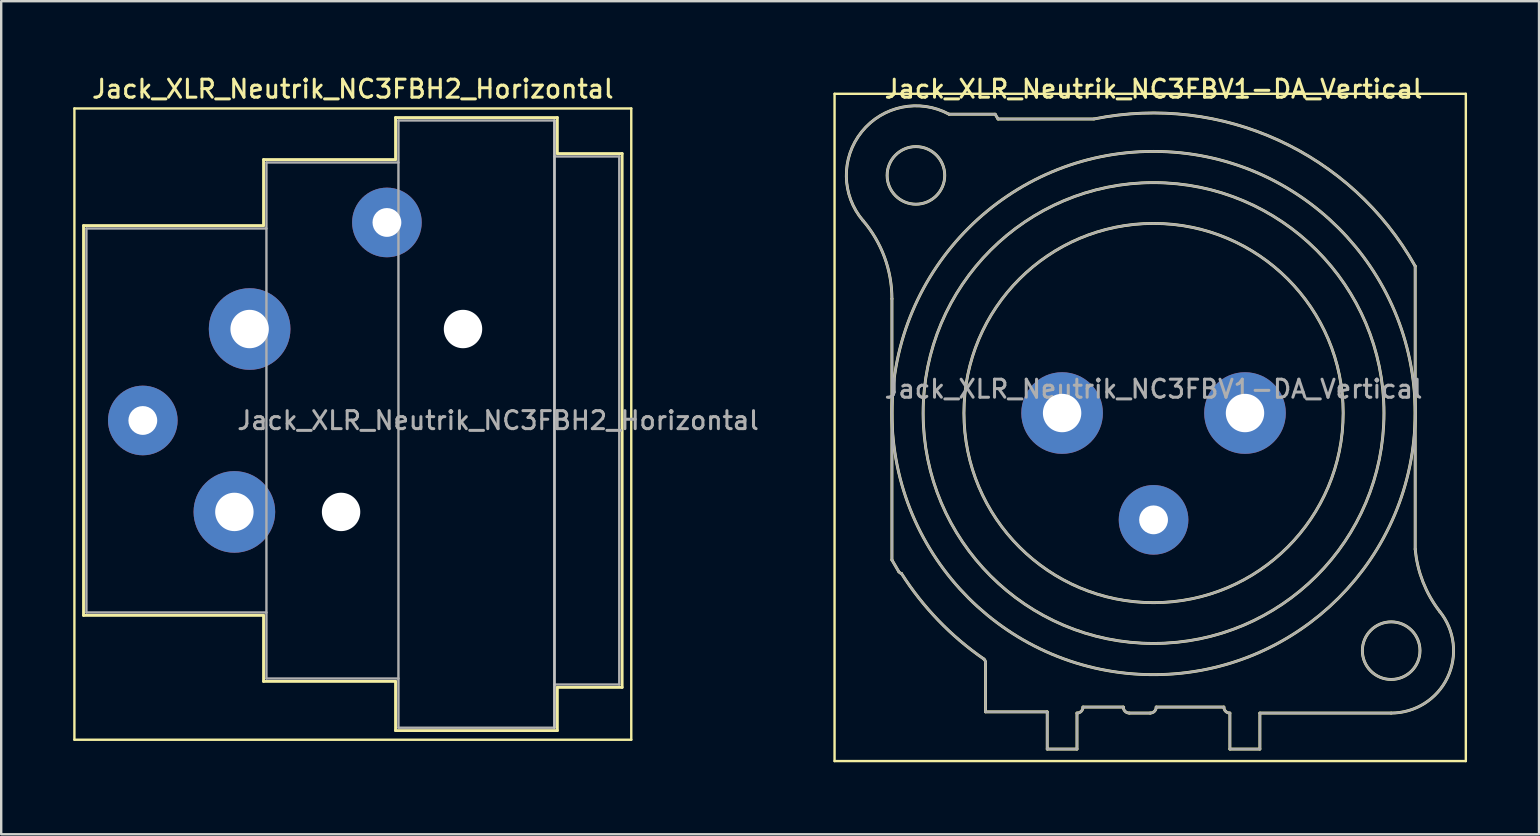
<source format=kicad_pcb>
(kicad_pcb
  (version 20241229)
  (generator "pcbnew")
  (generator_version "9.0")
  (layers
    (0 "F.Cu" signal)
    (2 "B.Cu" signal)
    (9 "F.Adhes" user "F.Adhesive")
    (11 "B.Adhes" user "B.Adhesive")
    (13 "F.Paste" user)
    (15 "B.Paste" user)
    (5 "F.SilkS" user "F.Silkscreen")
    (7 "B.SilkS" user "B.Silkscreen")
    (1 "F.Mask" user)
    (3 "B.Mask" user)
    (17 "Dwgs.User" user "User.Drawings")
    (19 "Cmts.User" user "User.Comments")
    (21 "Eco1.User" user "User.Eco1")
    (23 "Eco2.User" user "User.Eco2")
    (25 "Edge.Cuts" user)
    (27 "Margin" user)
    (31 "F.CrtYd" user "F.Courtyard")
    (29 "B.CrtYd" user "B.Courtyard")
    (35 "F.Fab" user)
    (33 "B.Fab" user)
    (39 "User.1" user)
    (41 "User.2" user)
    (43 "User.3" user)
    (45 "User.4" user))
  (footprint "Jack_XLR_Neutrik_NC3FBH2_Horizontal"
    (layer "F.Cu")
    (at 7.35 10.658)
    (property "Reference" "Jack_XLR_Neutrik_NC3FBH2_Horizontal" (at 4.3 -10 0) (layer "F.SilkS") (effects (font (size 0.75 0.75) (thickness 0.125))))
    (attr through_hole)
    (fp_line (start -7.3 -9.19) (end -7.3 17.11) (stroke (width 0.1) (type solid)) (layer "F.SilkS"))
    (fp_line (start -6.92 -4.31) (end -6.92 11.93) (stroke (width 0.12) (type solid)) (layer "F.SilkS"))
    (fp_line (start 0.58 -7.06) (end 0.58 -4.31) (stroke (width 0.12) (type solid)) (layer "F.SilkS"))
    (fp_line (start 0.58 -4.31) (end -6.92 -4.31) (stroke (width 0.12) (type solid)) (layer "F.SilkS"))
    (fp_line (start 0.58 11.93) (end -6.92 11.93) (stroke (width 0.12) (type solid)) (layer "F.SilkS"))
    (fp_line (start 0.58 11.93) (end 0.58 14.68) (stroke (width 0.12) (type solid)) (layer "F.SilkS"))
    (fp_line (start 6.08 -7.06) (end 0.58 -7.06) (stroke (width 0.12) (type solid)) (layer "F.SilkS"))
    (fp_line (start 6.08 -7.06) (end 6.08 -8.81) (stroke (width 0.12) (type solid)) (layer "F.SilkS"))
    (fp_line (start 6.08 14.68) (end 0.58 14.68) (stroke (width 0.12) (type solid)) (layer "F.SilkS"))
    (fp_line (start 6.08 16.73) (end 6.08 14.68) (stroke (width 0.12) (type solid)) (layer "F.SilkS"))
    (fp_line (start 12.82 -8.81) (end 6.08 -8.81) (stroke (width 0.12) (type solid)) (layer "F.SilkS"))
    (fp_line (start 12.82 -8.81) (end 12.82 -7.31) (stroke (width 0.12) (type solid)) (layer "F.SilkS"))
    (fp_line (start 12.82 -7.31) (end 15.52 -7.31) (stroke (width 0.12) (type solid)) (layer "F.SilkS"))
    (fp_line (start 12.82 14.93) (end 12.82 16.73) (stroke (width 0.12) (type solid)) (layer "F.SilkS"))
    (fp_line (start 12.82 14.93) (end 15.52 14.93) (stroke (width 0.12) (type solid)) (layer "F.SilkS"))
    (fp_line (start 12.82 16.73) (end 6.08 16.73) (stroke (width 0.12) (type solid)) (layer "F.SilkS"))
    (fp_line (start 15.52 -7.31) (end 15.52 14.93) (stroke (width 0.12) (type solid)) (layer "F.SilkS"))
    (fp_line (start 15.9 -9.19) (end -7.3 -9.19) (stroke (width 0.1) (type solid)) (layer "F.SilkS"))
    (fp_line (start 15.9 -9.19) (end 15.9 17.11) (stroke (width 0.1) (type solid)) (layer "F.SilkS"))
    (fp_line (start 15.9 17.11) (end -7.3 17.11) (stroke (width 0.1) (type solid)) (layer "F.SilkS"))
    (fp_line (start 12.7 -8.69) (end 12.7 16.61) (stroke (width 0.1) (type solid)) (layer "Dwgs.User"))
    (fp_line (start -6.8 -4.19) (end -6.8 11.81) (stroke (width 0.1) (type solid)) (layer "F.Fab"))
    (fp_line (start -6.8 11.81) (end 0.7 11.81) (stroke (width 0.1) (type solid)) (layer "F.Fab"))
    (fp_line (start 0.7 -6.94) (end 0.7 14.56) (stroke (width 0.1) (type solid)) (layer "F.Fab"))
    (fp_line (start 0.7 -4.19) (end -6.8 -4.19) (stroke (width 0.1) (type solid)) (layer "F.Fab"))
    (fp_line (start 0.7 14.56) (end 6.2 14.56) (stroke (width 0.1) (type solid)) (layer "F.Fab"))
    (fp_line (start 6.2 -8.69) (end 12.7 -8.69) (stroke (width 0.1) (type solid)) (layer "F.Fab"))
    (fp_line (start 6.2 -6.94) (end 0.7 -6.94) (stroke (width 0.1) (type solid)) (layer "F.Fab"))
    (fp_line (start 6.2 16.61) (end 6.2 -8.69) (stroke (width 0.1) (type solid)) (layer "F.Fab"))
    (fp_line (start 12.7 -8.69) (end 12.7 16.61) (stroke (width 0.1) (type solid)) (layer "F.Fab"))
    (fp_line (start 12.7 -7.19) (end 15.4 -7.19) (stroke (width 0.1) (type solid)) (layer "F.Fab"))
    (fp_line (start 12.7 16.61) (end 6.2 16.61) (stroke (width 0.1) (type solid)) (layer "F.Fab"))
    (fp_line (start 15.4 -7.19) (end 15.4 14.81) (stroke (width 0.1) (type solid)) (layer "F.Fab"))
    (fp_line (start 15.4 14.81) (end 12.7 14.81) (stroke (width 0.1) (type solid)) (layer "F.Fab"))
    (fp_text user "${REFERENCE}" (at 10.35 3.81 0) (layer "F.Fab") (effects (font (size 0.75 0.75) (thickness 0.125))))
    (pad "" np_thru_hole circle (at 3.81 7.62) (size 1.6 1.6) (drill 1.6) (layers "*.Cu" "*.Mask"))
    (pad "" np_thru_hole circle (at 8.89 0) (size 1.6 1.6) (drill 1.6) (layers "*.Cu" "*.Mask"))
    (pad "1" thru_hole circle (at 0 0) (size 3.4 3.4) (drill 1.6) (layers "*.Cu" "*.Mask"))
    (pad "2" thru_hole circle (at -0.635 7.62) (size 3.4 3.4) (drill 1.6) (layers "*.Cu" "*.Mask"))
    (pad "3" thru_hole circle (at -4.45 3.81) (size 2.9 2.9) (drill 1.2) (layers "*.Cu" "*.Mask"))
    (pad "G" thru_hole circle (at 5.72 -4.44) (size 2.9 2.9) (drill 1.2) (layers "*.Cu" "*.Mask")))
  (footprint "Jack_XLR_Neutrik_NC3FBV1-DA_Vertical"
    (layer "F.Cu")
    (at 48.82 14.158)
    (property "Reference" "Jack_XLR_Neutrik_NC3FBV1-DA_Vertical" (at -3.81 -13.5 0) (layer "F.SilkS") (effects (font (size 0.75 0.75) (thickness 0.125))))
    (attr through_hole)
    (fp_line (start -17.1 -13.3) (end 9.2 -13.3) (stroke (width 0.1) (type solid)) (layer "F.SilkS"))
    (fp_line (start -17.1 14.5) (end -17.1 -13.3) (stroke (width 0.1) (type solid)) (layer "F.SilkS"))
    (fp_line (start -14.71 -4.76) (end -14.71 6.12) (stroke (width 0.12) (type solid)) (layer "F.SilkS"))
    (fp_line (start -14.71 6.12) (end -14.43 6.6) (stroke (width 0.12) (type solid)) (layer "F.SilkS"))
    (fp_line (start -10.81 10.39) (end -10.81 12.45) (stroke (width 0.12) (type solid)) (layer "F.SilkS"))
    (fp_line (start -10.81 12.45) (end -8.24 12.45) (stroke (width 0.12) (type solid)) (layer "F.SilkS"))
    (fp_line (start -10.41 -12.45) (end -12.33 -12.45) (stroke (width 0.12) (type solid)) (layer "F.SilkS"))
    (fp_line (start -10.29 -12.25) (end -10.41 -12.45) (stroke (width 0.12) (type solid)) (layer "F.SilkS"))
    (fp_line (start -8.24 12.45) (end -8.24 14) (stroke (width 0.12) (type solid)) (layer "F.SilkS"))
    (fp_line (start -7 14) (end -8.24 14) (stroke (width 0.12) (type solid)) (layer "F.SilkS"))
    (fp_line (start -7 14) (end -7 12.5) (stroke (width 0.12) (type solid)) (layer "F.SilkS"))
    (fp_line (start -6.75 12.25) (end -5.07 12.25) (stroke (width 0.12) (type solid)) (layer "F.SilkS"))
    (fp_line (start -6.3 -12.25) (end -10.29 -12.25) (stroke (width 0.12) (type solid)) (layer "F.SilkS"))
    (fp_line (start -4.82 12.5) (end -3.95 12.5) (stroke (width 0.12) (type solid)) (layer "F.SilkS"))
    (fp_line (start -3.7 12.25) (end -0.88 12.25) (stroke (width 0.12) (type solid)) (layer "F.SilkS"))
    (fp_line (start -0.63 12.5) (end -0.63 14) (stroke (width 0.12) (type solid)) (layer "F.SilkS"))
    (fp_line (start 0.62 12.5) (end 6.09 12.5) (stroke (width 0.12) (type solid)) (layer "F.SilkS"))
    (fp_line (start 0.62 14) (end -0.63 14) (stroke (width 0.12) (type solid)) (layer "F.SilkS"))
    (fp_line (start 0.62 14) (end 0.62 12.5) (stroke (width 0.12) (type solid)) (layer "F.SilkS"))
    (fp_line (start 7.09 5.67) (end 7.09 -6.12) (stroke (width 0.12) (type solid)) (layer "F.SilkS"))
    (fp_line (start 9.2 -13.3) (end 9.2 14.5) (stroke (width 0.1) (type solid)) (layer "F.SilkS"))
    (fp_line (start 9.2 14.5) (end -17.1 14.5) (stroke (width 0.1) (type solid)) (layer "F.SilkS"))
    (fp_arc (start -15.916051 -8.020379) (mid -15.021177 -6.498148) (end -14.71 -4.76) (stroke (width 0.12) (type solid)) (layer "F.SilkS"))
    (fp_arc (start -15.908884 -8.010077) (mid -15.967404 -11.719623) (end -12.33 -12.45) (stroke (width 0.12) (type solid)) (layer "F.SilkS"))
    (fp_arc (start -14.313753 6.685219) (mid -14.379716 6.653303) (end -14.43 6.6) (stroke (width 0.12) (type solid)) (layer "F.SilkS"))
    (fp_arc (start -10.879208 10.248532) (mid -12.772983 8.641241) (end -14.31 6.69) (stroke (width 0.12) (type solid)) (layer "F.SilkS"))
    (fp_arc (start -10.874359 10.252686) (mid -10.828679 10.315015) (end -10.81 10.39) (stroke (width 0.12) (type solid)) (layer "F.SilkS"))
    (fp_arc (start -6.75 12.25) (mid -6.823223 12.426777) (end -7 12.5) (stroke (width 0.12) (type solid)) (layer "F.SilkS"))
    (fp_arc (start -6.283571 -12.253402) (mid 1.401126 -11.362596) (end 7.09 -6.12) (stroke (width 0.12) (type solid)) (layer "F.SilkS"))
    (fp_arc (start -4.82 12.5) (mid -4.996777 12.426777) (end -5.07 12.25) (stroke (width 0.12) (type solid)) (layer "F.SilkS"))
    (fp_arc (start -3.7 12.25) (mid -3.773223 12.426777) (end -3.95 12.5) (stroke (width 0.12) (type solid)) (layer "F.SilkS"))
    (fp_arc (start -0.63 12.5) (mid -0.806777 12.426777) (end -0.88 12.25) (stroke (width 0.12) (type solid)) (layer "F.SilkS"))
    (fp_arc (start 8.110579 8.263767) (mid 8.436721 11.019329) (end 6.09 12.5) (stroke (width 0.12) (type solid)) (layer "F.SilkS"))
    (fp_arc (start 8.111727 8.266808) (mid 7.416073 7.041111) (end 7.09 5.67) (stroke (width 0.12) (type solid)) (layer "F.SilkS"))
    (fp_circle (center -13.71 -9.9) (end -12.51 -9.9) (stroke (width 0.12) (type solid)) (fill no) (layer "F.SilkS"))
    (fp_circle (center -3.81 0) (end 4.09 0) (stroke (width 0.12) (type solid)) (fill no) (layer "F.SilkS"))
    (fp_circle (center -3.81 0) (end 5.79 0) (stroke (width 0.12) (type solid)) (fill no) (layer "F.SilkS"))
    (fp_circle (center -3.81 0) (end 7.09 0) (stroke (width 0.12) (type solid)) (fill no) (layer "F.SilkS"))
    (fp_circle (center 6.09 9.9) (end 7.29 9.9) (stroke (width 0.12) (type solid)) (fill no) (layer "F.SilkS"))
    (fp_line (start -14.71 -4.76) (end -14.71 6.12) (stroke (width 0.1) (type solid)) (layer "F.Fab"))
    (fp_line (start -14.71 6.12) (end -14.43 6.6) (stroke (width 0.1) (type solid)) (layer "F.Fab"))
    (fp_line (start -10.81 10.39) (end -10.81 12.45) (stroke (width 0.1) (type solid)) (layer "F.Fab"))
    (fp_line (start -10.81 12.45) (end -8.24 12.45) (stroke (width 0.1) (type solid)) (layer "F.Fab"))
    (fp_line (start -10.41 -12.45) (end -12.33 -12.45) (stroke (width 0.1) (type solid)) (layer "F.Fab"))
    (fp_line (start -10.29 -12.25) (end -10.41 -12.45) (stroke (width 0.1) (type solid)) (layer "F.Fab"))
    (fp_line (start -8.24 12.45) (end -8.24 14) (stroke (width 0.1) (type solid)) (layer "F.Fab"))
    (fp_line (start -7 14) (end -8.24 14) (stroke (width 0.1) (type solid)) (layer "F.Fab"))
    (fp_line (start -7 14) (end -7 12.5) (stroke (width 0.1) (type solid)) (layer "F.Fab"))
    (fp_line (start -6.75 12.25) (end -5.07 12.25) (stroke (width 0.1) (type solid)) (layer "F.Fab"))
    (fp_line (start -6.3 -12.25) (end -10.29 -12.25) (stroke (width 0.1) (type solid)) (layer "F.Fab"))
    (fp_line (start -4.82 12.5) (end -3.95 12.5) (stroke (width 0.1) (type solid)) (layer "F.Fab"))
    (fp_line (start -3.7 12.25) (end -0.88 12.25) (stroke (width 0.1) (type solid)) (layer "F.Fab"))
    (fp_line (start -0.63 12.5) (end -0.63 14) (stroke (width 0.1) (type solid)) (layer "F.Fab"))
    (fp_line (start 0.62 12.5) (end 6.09 12.5) (stroke (width 0.1) (type solid)) (layer "F.Fab"))
    (fp_line (start 0.62 14) (end -0.63 14) (stroke (width 0.1) (type solid)) (layer "F.Fab"))
    (fp_line (start 0.62 14) (end 0.62 12.5) (stroke (width 0.1) (type solid)) (layer "F.Fab"))
    (fp_line (start 7.09 5.67) (end 7.09 -6.12) (stroke (width 0.1) (type solid)) (layer "F.Fab"))
    (fp_arc (start -15.916051 -8.020379) (mid -15.021177 -6.498148) (end -14.71 -4.76) (stroke (width 0.1) (type solid)) (layer "F.Fab"))
    (fp_arc (start -15.908884 -8.010077) (mid -15.967404 -11.719623) (end -12.33 -12.45) (stroke (width 0.1) (type solid)) (layer "F.Fab"))
    (fp_arc (start -14.313753 6.685219) (mid -14.379716 6.653303) (end -14.43 6.6) (stroke (width 0.1) (type solid)) (layer "F.Fab"))
    (fp_arc (start -10.879208 10.248532) (mid -12.772983 8.641241) (end -14.31 6.69) (stroke (width 0.1) (type solid)) (layer "F.Fab"))
    (fp_arc (start -10.874359 10.252686) (mid -10.828679 10.315015) (end -10.81 10.39) (stroke (width 0.1) (type solid)) (layer "F.Fab"))
    (fp_arc (start -6.75 12.25) (mid -6.823223 12.426777) (end -7 12.5) (stroke (width 0.1) (type solid)) (layer "F.Fab"))
    (fp_arc (start -6.283571 -12.253402) (mid 1.401126 -11.362596) (end 7.09 -6.12) (stroke (width 0.1) (type solid)) (layer "F.Fab"))
    (fp_arc (start -4.82 12.5) (mid -4.996777 12.426777) (end -5.07 12.25) (stroke (width 0.1) (type solid)) (layer "F.Fab"))
    (fp_arc (start -3.7 12.25) (mid -3.773223 12.426777) (end -3.95 12.5) (stroke (width 0.1) (type solid)) (layer "F.Fab"))
    (fp_arc (start -0.63 12.5) (mid -0.806777 12.426777) (end -0.88 12.25) (stroke (width 0.1) (type solid)) (layer "F.Fab"))
    (fp_arc (start 8.110579 8.263767) (mid 8.436721 11.019329) (end 6.09 12.5) (stroke (width 0.1) (type solid)) (layer "F.Fab"))
    (fp_arc (start 8.111727 8.266808) (mid 7.416073 7.041111) (end 7.09 5.67) (stroke (width 0.1) (type solid)) (layer "F.Fab"))
    (fp_circle (center -13.71 -9.9) (end -12.51 -9.9) (stroke (width 0.1) (type solid)) (fill no) (layer "F.Fab"))
    (fp_circle (center -3.81 0) (end 4.09 0) (stroke (width 0.1) (type solid)) (fill no) (layer "F.Fab"))
    (fp_circle (center -3.81 0) (end 5.79 0) (stroke (width 0.1) (type solid)) (fill no) (layer "F.Fab"))
    (fp_circle (center -3.81 0) (end 7.09 0) (stroke (width 0.1) (type solid)) (fill no) (layer "F.Fab"))
    (fp_circle (center 6.09 9.9) (end 7.29 9.9) (stroke (width 0.1) (type solid)) (fill no) (layer "F.Fab"))
    (fp_text user "${REFERENCE}" (at -3.81 -1 0) (layer "F.Fab") (effects (font (size 0.75 0.75) (thickness 0.125))))
    (pad "1" thru_hole circle (at 0 0) (size 3.4 3.4) (drill 1.6) (layers "*.Cu" "*.Mask"))
    (pad "2" thru_hole circle (at -7.62 0) (size 3.4 3.4) (drill 1.6) (layers "*.Cu" "*.Mask"))
    (pad "3" thru_hole circle (at -3.81 4.45) (size 2.9 2.9) (drill 1.2) (layers "*.Cu" "*.Mask")))
  (gr_rect
    (start -3 -3)
    (end 61.07 31.708)
    (stroke (width 0.1) (type default))
    (fill no)
    (layer "Edge.Cuts")))
</source>
